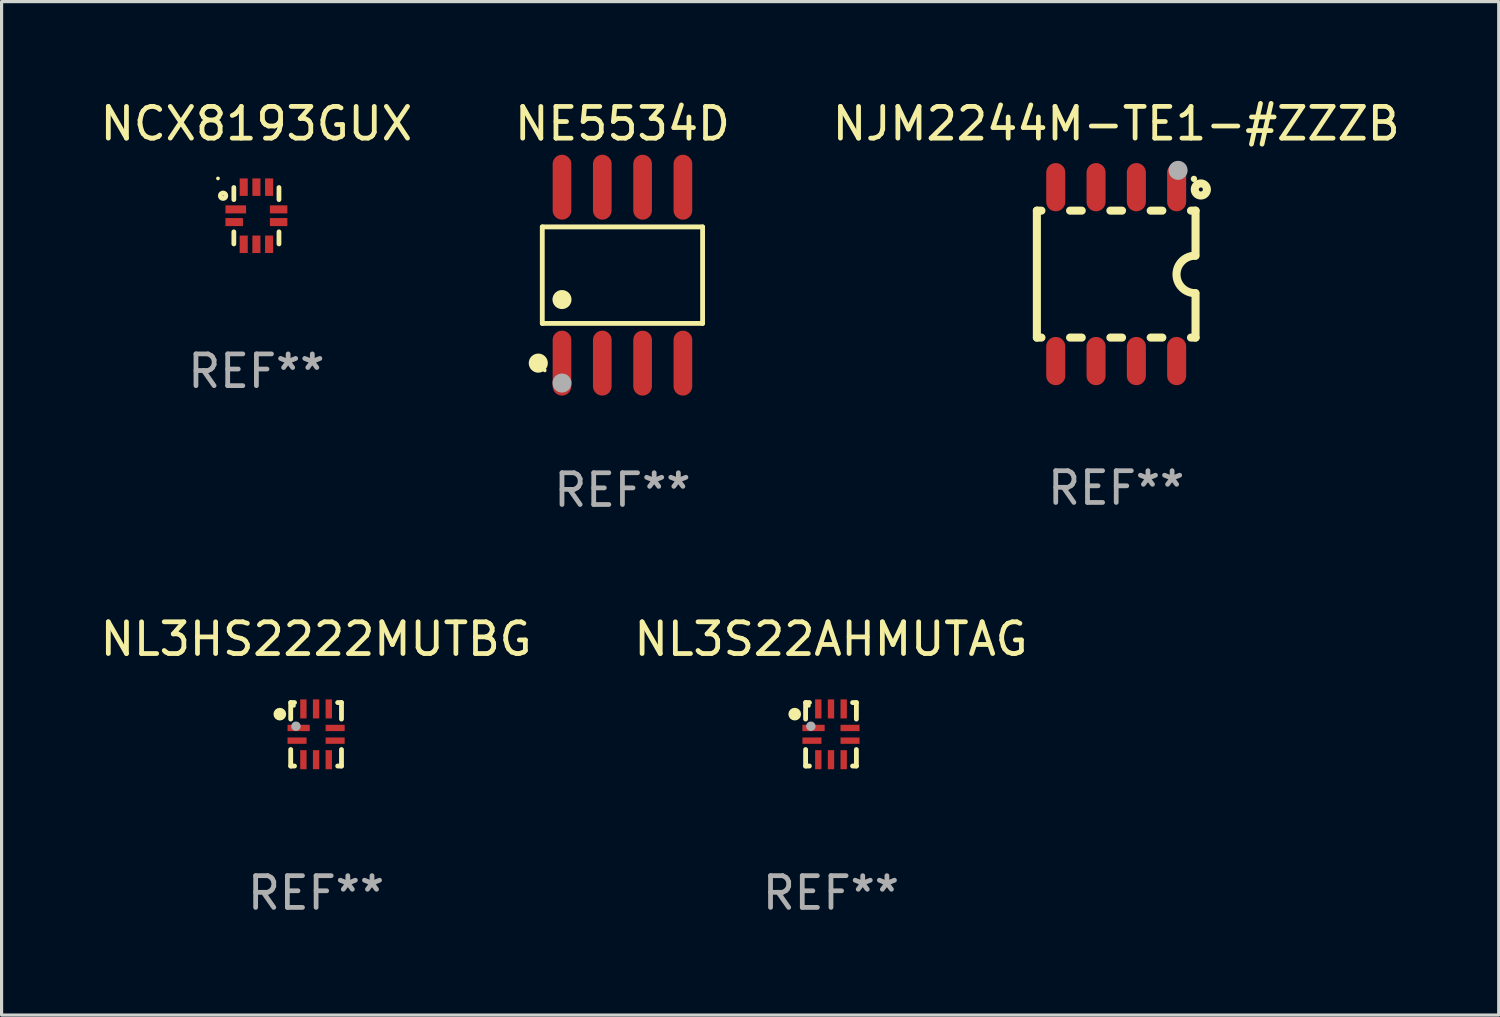
<source format=kicad_pcb>
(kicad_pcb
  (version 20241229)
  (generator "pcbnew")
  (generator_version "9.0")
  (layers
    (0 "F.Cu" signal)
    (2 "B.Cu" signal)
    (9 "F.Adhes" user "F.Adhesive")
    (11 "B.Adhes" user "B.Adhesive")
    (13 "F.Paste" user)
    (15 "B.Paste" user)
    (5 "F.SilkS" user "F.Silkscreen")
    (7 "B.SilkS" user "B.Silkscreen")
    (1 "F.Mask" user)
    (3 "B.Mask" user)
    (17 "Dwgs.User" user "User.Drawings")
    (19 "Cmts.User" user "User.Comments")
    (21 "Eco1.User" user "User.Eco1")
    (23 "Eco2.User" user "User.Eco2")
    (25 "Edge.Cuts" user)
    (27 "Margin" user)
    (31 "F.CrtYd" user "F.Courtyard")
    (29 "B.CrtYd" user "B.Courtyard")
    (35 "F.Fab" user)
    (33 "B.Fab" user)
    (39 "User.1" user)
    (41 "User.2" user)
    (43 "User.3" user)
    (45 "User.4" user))
  (footprint "NL3S22AHMUTAG"
    (layer "F.Cu")
    (at 23.137 20.09)
    (property "Reference" "NL3S22AHMUTAG" (at 0 -3 0) (layer "F.SilkS") (effects (font (size 1 1) (thickness 0.15))))
    (attr through_hole)
    (fp_line (start -0.8 -1) (end -0.68 -1) (stroke (width 0.152) (type solid)) (layer "F.SilkS"))
    (fp_line (start -0.8 -0.48) (end -0.8 -1) (stroke (width 0.152) (type solid)) (layer "F.SilkS"))
    (fp_line (start -0.8 1) (end -0.8 0.48) (stroke (width 0.152) (type solid)) (layer "F.SilkS"))
    (fp_line (start -0.68 1) (end -0.8 1) (stroke (width 0.152) (type solid)) (layer "F.SilkS"))
    (fp_line (start 0.68 -1) (end 0.8 -1) (stroke (width 0.152) (type solid)) (layer "F.SilkS"))
    (fp_line (start 0.8 -1) (end 0.8 -0.48) (stroke (width 0.152) (type solid)) (layer "F.SilkS"))
    (fp_line (start 0.8 0.48) (end 0.8 1) (stroke (width 0.152) (type solid)) (layer "F.SilkS"))
    (fp_line (start 0.8 1) (end 0.68 1) (stroke (width 0.152) (type solid)) (layer "F.SilkS"))
    (fp_circle (center -1.143 -0.635) (end -1.043 -0.635) (stroke (width 0.2) (type solid)) (fill no) (layer "F.SilkS"))
    (fp_circle (center -0.7 -0.9) (end -0.67 -0.9) (stroke (width 0.06) (type solid)) (fill no) (layer "F.SilkS"))
    (fp_circle (center -0.635 -0.254) (end -0.56 -0.254) (stroke (width 0.15) (type solid)) (fill no) (layer "F.Fab"))
    (fp_text user "REF**" (at 0 5 0) (layer "F.Fab") (effects (font (size 1 1) (thickness 0.15))))
    (pad "1" smd rect (at -0.55 -0.2) (size 0.7 0.2) (layers "F.Cu" "F.Mask" "F.Paste"))
    (pad "2" smd rect (at -0.6 0.2) (size 0.6 0.2) (layers "F.Cu" "F.Mask" "F.Paste"))
    (pad "3" smd rect (at -0.4 0.8) (size 0.2 0.6) (layers "F.Cu" "F.Mask" "F.Paste"))
    (pad "4" smd rect (at 0 0.8) (size 0.2 0.6) (layers "F.Cu" "F.Mask" "F.Paste"))
    (pad "5" smd rect (at 0.4 0.8) (size 0.2 0.6) (layers "F.Cu" "F.Mask" "F.Paste"))
    (pad "6" smd rect (at 0.6 0.2) (size 0.6 0.2) (layers "F.Cu" "F.Mask" "F.Paste"))
    (pad "7" smd rect (at 0.6 -0.2) (size 0.6 0.2) (layers "F.Cu" "F.Mask" "F.Paste"))
    (pad "8" smd rect (at 0.4 -0.8) (size 0.2 0.6) (layers "F.Cu" "F.Mask" "F.Paste"))
    (pad "9" smd rect (at 0 -0.8) (size 0.2 0.6) (layers "F.Cu" "F.Mask" "F.Paste"))
    (pad "10" smd rect (at -0.4 -0.8) (size 0.2 0.6) (layers "F.Cu" "F.Mask" "F.Paste")))
  (footprint "NE5534D"
    (layer "F.Cu")
    (at 16.565 5.621)
    (property "Reference" "NE5534D" (at 0 -4.772 0) (layer "F.SilkS") (effects (font (size 1 1) (thickness 0.15))))
    (attr through_hole)
    (fp_line (start -2.526 -1.521) (end 2.526 -1.521) (stroke (width 0.152) (type solid)) (layer "F.SilkS"))
    (fp_line (start -2.526 1.521) (end -2.526 -1.521) (stroke (width 0.152) (type solid)) (layer "F.SilkS"))
    (fp_line (start 2.526 -1.521) (end 2.526 1.521) (stroke (width 0.152) (type solid)) (layer "F.SilkS"))
    (fp_line (start 2.526 1.521) (end -2.526 1.521) (stroke (width 0.152) (type solid)) (layer "F.SilkS"))
    (fp_circle (center -2.652 2.772) (end -2.501 2.772) (stroke (width 0.3) (type solid)) (fill no) (layer "F.SilkS"))
    (fp_circle (center -2.45 3) (end -2.42 3) (stroke (width 0.06) (type solid)) (fill no) (layer "F.SilkS"))
    (fp_circle (center -1.905 0.769) (end -1.755 0.769) (stroke (width 0.3) (type solid)) (fill no) (layer "F.SilkS"))
    (fp_circle (center -1.905 3.4) (end -1.755 3.4) (stroke (width 0.3) (type solid)) (fill no) (layer "F.Fab"))
    (fp_text user "REF**" (at 0 6.772 0) (layer "F.Fab") (effects (font (size 1 1) (thickness 0.15))))
    (pad "1" smd oval (at -1.905 2.772) (size 0.588 2.045) (layers "F.Cu" "F.Mask" "F.Paste"))
    (pad "2" smd oval (at -0.635 2.772) (size 0.588 2.045) (layers "F.Cu" "F.Mask" "F.Paste"))
    (pad "3" smd oval (at 0.635 2.772) (size 0.588 2.045) (layers "F.Cu" "F.Mask" "F.Paste"))
    (pad "4" smd oval (at 1.905 2.772) (size 0.588 2.045) (layers "F.Cu" "F.Mask" "F.Paste"))
    (pad "5" smd oval (at 1.905 -2.772) (size 0.588 2.045) (layers "F.Cu" "F.Mask" "F.Paste"))
    (pad "6" smd oval (at 0.635 -2.772) (size 0.588 2.045) (layers "F.Cu" "F.Mask" "F.Paste"))
    (pad "7" smd oval (at -0.635 -2.772) (size 0.588 2.045) (layers "F.Cu" "F.Mask" "F.Paste"))
    (pad "8" smd oval (at -1.905 -2.772) (size 0.588 2.045) (layers "F.Cu" "F.Mask" "F.Paste")))
  (footprint "NCX8193GUX"
    (layer "F.Cu")
    (at 5.03 3.748)
    (property "Reference" "NCX8193GUX" (at 0 -2.9 0) (layer "F.SilkS") (effects (font (size 1 1) (thickness 0.15))))
    (attr through_hole)
    (fp_line (start -0.711 -0.889) (end -0.711 -0.508) (stroke (width 0.15) (type solid)) (layer "F.SilkS"))
    (fp_line (start -0.711 0.508) (end -0.711 0.889) (stroke (width 0.15) (type solid)) (layer "F.SilkS"))
    (fp_line (start 0.711 -0.889) (end 0.711 -0.508) (stroke (width 0.15) (type solid)) (layer "F.SilkS"))
    (fp_line (start 0.711 0.508) (end 0.711 0.889) (stroke (width 0.15) (type solid)) (layer "F.SilkS"))
    (fp_circle (center -1.212 -1.176) (end -1.182 -1.176) (stroke (width 0.06) (type solid)) (fill no) (layer "F.SilkS"))
    (fp_circle (center -1.05 -0.63) (end -0.963 -0.63) (stroke (width 0.15) (type solid)) (fill no) (layer "F.SilkS"))
    (fp_text user "REF**" (at 0 4.9 0) (layer "F.Fab") (effects (font (size 1 1) (thickness 0.15))))
    (pad "1" smd rect (at -0.65 -0.2 90) (size 0.254 0.65) (layers "F.Cu" "F.Mask" "F.Paste"))
    (pad "2" smd rect (at -0.7 0.2 90) (size 0.254 0.551) (layers "F.Cu" "F.Mask" "F.Paste"))
    (pad "3" smd rect (at -0.4 0.9) (size 0.254 0.551) (layers "F.Cu" "F.Mask" "F.Paste"))
    (pad "4" smd rect (at 0 0.9) (size 0.254 0.551) (layers "F.Cu" "F.Mask" "F.Paste"))
    (pad "5" smd rect (at 0.4 0.9) (size 0.254 0.551) (layers "F.Cu" "F.Mask" "F.Paste"))
    (pad "6" smd rect (at 0.7 0.2 90) (size 0.254 0.551) (layers "F.Cu" "F.Mask" "F.Paste"))
    (pad "7" smd rect (at 0.7 -0.2 90) (size 0.254 0.551) (layers "F.Cu" "F.Mask" "F.Paste"))
    (pad "8" smd rect (at 0.4 -0.9) (size 0.254 0.551) (layers "F.Cu" "F.Mask" "F.Paste"))
    (pad "9" smd rect (at 0 -0.9) (size 0.254 0.551) (layers "F.Cu" "F.Mask" "F.Paste"))
    (pad "10" smd rect (at -0.4 -0.9) (size 0.254 0.551) (layers "F.Cu" "F.Mask" "F.Paste")))
  (footprint "NJM2244M-TE1-#ZZZB"
    (layer "F.Cu")
    (at 32.125 5.588)
    (property "Reference" "NJM2244M-TE1-#ZZZB" (at 0 -4.74 0) (layer "F.SilkS") (effects (font (size 1 1) (thickness 0.15))))
    (attr through_hole)
    (fp_line (start -2.5 2) (end -2.5 -2) (stroke (width 0.254) (type solid)) (layer "F.SilkS"))
    (fp_line (start -2.356 -2) (end -2.5 -2) (stroke (width 0.254) (type solid)) (layer "F.SilkS"))
    (fp_line (start -2.356 2) (end -2.5 2) (stroke (width 0.254) (type solid)) (layer "F.SilkS"))
    (fp_line (start -1.086 -2) (end -1.454 -2) (stroke (width 0.254) (type solid)) (layer "F.SilkS"))
    (fp_line (start -1.086 2) (end -1.454 2) (stroke (width 0.254) (type solid)) (layer "F.SilkS"))
    (fp_line (start 0.184 -2) (end -0.184 -2) (stroke (width 0.254) (type solid)) (layer "F.SilkS"))
    (fp_line (start 0.184 2) (end -0.184 2) (stroke (width 0.254) (type solid)) (layer "F.SilkS"))
    (fp_line (start 1.454 -2) (end 1.086 -2) (stroke (width 0.254) (type solid)) (layer "F.SilkS"))
    (fp_line (start 1.454 2) (end 1.086 2) (stroke (width 0.254) (type solid)) (layer "F.SilkS"))
    (fp_line (start 2.5 -2) (end 2.356 -2) (stroke (width 0.254) (type solid)) (layer "F.SilkS"))
    (fp_line (start 2.5 -0.58) (end 2.5 -2) (stroke (width 0.254) (type solid)) (layer "F.SilkS"))
    (fp_line (start 2.5 2) (end 2.356 2) (stroke (width 0.254) (type solid)) (layer "F.SilkS"))
    (fp_line (start 2.5 2) (end 2.5 0.6) (stroke (width 0.254) (type solid)) (layer "F.SilkS"))
    (fp_arc (start 2.489992 0.600051) (mid 1.901674 0.010046) (end 2.489992 -0.579959) (stroke (width 0.254001) (type solid)) (layer "F.SilkS"))
    (fp_circle (center 2.45 -3) (end 2.5 -3) (stroke (width 0.1) (type solid)) (fill no) (layer "F.SilkS"))
    (fp_circle (center 2.667 -2.667) (end 2.858 -2.667) (stroke (width 0.254) (type solid)) (fill no) (layer "F.SilkS"))
    (fp_circle (center 1.95 -3.27) (end 2.1 -3.27) (stroke (width 0.3) (type solid)) (fill no) (layer "F.Fab"))
    (fp_text user "REF**" (at 0 6.74 0) (layer "F.Fab") (effects (font (size 1 1) (thickness 0.15))))
    (pad "1" smd oval (at 1.905 -2.74) (size 0.6 1.52) (layers "F.Cu" "F.Mask" "F.Paste"))
    (pad "2" smd oval (at 0.635 -2.74) (size 0.6 1.52) (layers "F.Cu" "F.Mask" "F.Paste"))
    (pad "3" smd oval (at -0.635 -2.74) (size 0.6 1.52) (layers "F.Cu" "F.Mask" "F.Paste"))
    (pad "4" smd oval (at -1.905 -2.74) (size 0.6 1.52) (layers "F.Cu" "F.Mask" "F.Paste"))
    (pad "5" smd oval (at -1.905 2.74) (size 0.6 1.52) (layers "F.Cu" "F.Mask" "F.Paste"))
    (pad "6" smd oval (at -0.635 2.74) (size 0.6 1.52) (layers "F.Cu" "F.Mask" "F.Paste"))
    (pad "7" smd oval (at 0.635 2.74) (size 0.6 1.52) (layers "F.Cu" "F.Mask" "F.Paste"))
    (pad "8" smd oval (at 1.905 2.74) (size 0.6 1.52) (layers "F.Cu" "F.Mask" "F.Paste")))
  (footprint "NL3HS2222MUTBG"
    (layer "F.Cu")
    (at 6.911 20.09)
    (property "Reference" "NL3HS2222MUTBG" (at 0 -3 0) (layer "F.SilkS") (effects (font (size 1 1) (thickness 0.15))))
    (attr through_hole)
    (fp_line (start -0.8 -1) (end -0.68 -1) (stroke (width 0.152) (type solid)) (layer "F.SilkS"))
    (fp_line (start -0.8 -0.48) (end -0.8 -1) (stroke (width 0.152) (type solid)) (layer "F.SilkS"))
    (fp_line (start -0.8 1) (end -0.8 0.48) (stroke (width 0.152) (type solid)) (layer "F.SilkS"))
    (fp_line (start -0.68 1) (end -0.8 1) (stroke (width 0.152) (type solid)) (layer "F.SilkS"))
    (fp_line (start 0.68 -1) (end 0.8 -1) (stroke (width 0.152) (type solid)) (layer "F.SilkS"))
    (fp_line (start 0.8 -1) (end 0.8 -0.48) (stroke (width 0.152) (type solid)) (layer "F.SilkS"))
    (fp_line (start 0.8 0.48) (end 0.8 1) (stroke (width 0.152) (type solid)) (layer "F.SilkS"))
    (fp_line (start 0.8 1) (end 0.68 1) (stroke (width 0.152) (type solid)) (layer "F.SilkS"))
    (fp_circle (center -1.143 -0.635) (end -1.043 -0.635) (stroke (width 0.2) (type solid)) (fill no) (layer "F.SilkS"))
    (fp_circle (center -0.7 -0.9) (end -0.67 -0.9) (stroke (width 0.06) (type solid)) (fill no) (layer "F.SilkS"))
    (fp_circle (center -0.635 -0.254) (end -0.56 -0.254) (stroke (width 0.15) (type solid)) (fill no) (layer "F.Fab"))
    (fp_text user "REF**" (at 0 5 0) (layer "F.Fab") (effects (font (size 1 1) (thickness 0.15))))
    (pad "1" smd rect (at -0.55 -0.2) (size 0.7 0.2) (layers "F.Cu" "F.Mask" "F.Paste"))
    (pad "2" smd rect (at -0.6 0.2) (size 0.6 0.2) (layers "F.Cu" "F.Mask" "F.Paste"))
    (pad "3" smd rect (at -0.4 0.8) (size 0.2 0.6) (layers "F.Cu" "F.Mask" "F.Paste"))
    (pad "4" smd rect (at 0 0.8) (size 0.2 0.6) (layers "F.Cu" "F.Mask" "F.Paste"))
    (pad "5" smd rect (at 0.4 0.8) (size 0.2 0.6) (layers "F.Cu" "F.Mask" "F.Paste"))
    (pad "6" smd rect (at 0.6 0.2) (size 0.6 0.2) (layers "F.Cu" "F.Mask" "F.Paste"))
    (pad "7" smd rect (at 0.6 -0.2) (size 0.6 0.2) (layers "F.Cu" "F.Mask" "F.Paste"))
    (pad "8" smd rect (at 0.4 -0.8) (size 0.2 0.6) (layers "F.Cu" "F.Mask" "F.Paste"))
    (pad "9" smd rect (at 0 -0.8) (size 0.2 0.6) (layers "F.Cu" "F.Mask" "F.Paste"))
    (pad "10" smd rect (at -0.4 -0.8) (size 0.2 0.6) (layers "F.Cu" "F.Mask" "F.Paste")))
  (gr_rect
    (start -3 -3)
    (end 44.179 28.938)
    (stroke (width 0.1) (type default))
    (fill no)
    (layer "Edge.Cuts")))
</source>
